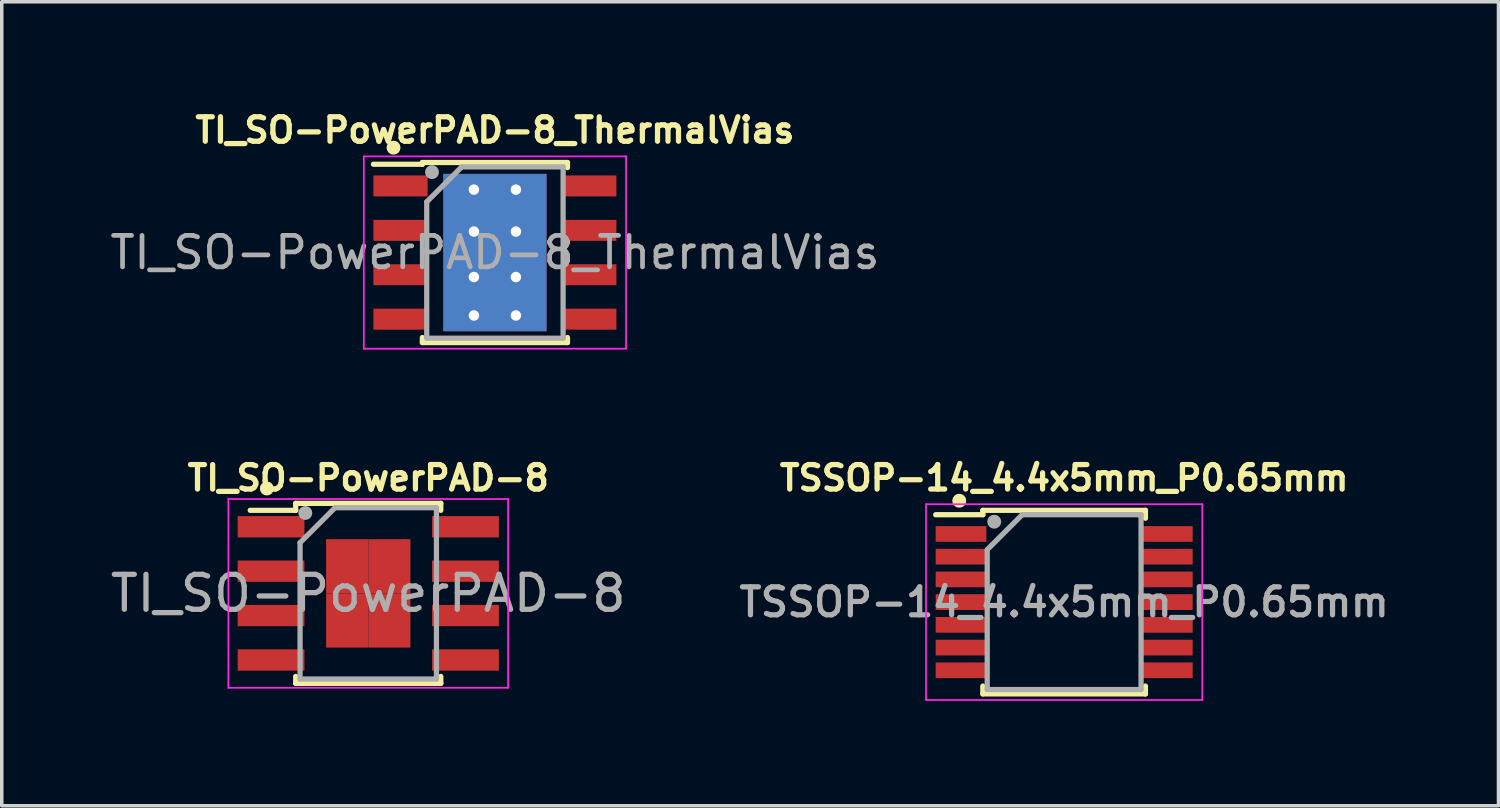
<source format=kicad_pcb>
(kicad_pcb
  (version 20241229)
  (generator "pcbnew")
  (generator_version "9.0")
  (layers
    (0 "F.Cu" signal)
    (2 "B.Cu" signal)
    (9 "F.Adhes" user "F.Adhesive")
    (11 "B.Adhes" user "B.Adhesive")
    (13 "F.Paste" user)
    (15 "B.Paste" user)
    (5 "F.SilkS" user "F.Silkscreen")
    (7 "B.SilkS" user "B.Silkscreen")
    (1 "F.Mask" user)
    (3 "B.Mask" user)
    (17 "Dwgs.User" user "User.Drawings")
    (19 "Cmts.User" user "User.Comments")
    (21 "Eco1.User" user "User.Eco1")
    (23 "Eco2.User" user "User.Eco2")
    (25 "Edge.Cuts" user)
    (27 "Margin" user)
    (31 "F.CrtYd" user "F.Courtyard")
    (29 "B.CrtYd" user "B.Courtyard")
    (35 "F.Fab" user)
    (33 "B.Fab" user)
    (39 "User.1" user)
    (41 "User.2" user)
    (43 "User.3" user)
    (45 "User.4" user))
  (footprint "TI_SO-PowerPAD-8"
    (layer "F.Cu")
    (at 7.482 13.921)
    (property "Reference" "TI_SO-PowerPAD-8" (at 0 -3.3 0) (layer "F.SilkS") (effects (font (size 0.7 0.7) (thickness 0.15))))
    (attr smd)
    (fp_line (start -2.075 -2.575) (end -2.075 -2.375) (stroke (width 0.15) (type solid)) (layer "F.SilkS"))
    (fp_line (start -2.075 -2.575) (end 2.075 -2.575) (stroke (width 0.15) (type solid)) (layer "F.SilkS"))
    (fp_line (start -2.075 -2.375) (end -3.375 -2.375) (stroke (width 0.15) (type solid)) (layer "F.SilkS"))
    (fp_line (start -2.075 2.575) (end -2.075 2.375) (stroke (width 0.15) (type solid)) (layer "F.SilkS"))
    (fp_line (start -2.075 2.575) (end 2.075 2.575) (stroke (width 0.15) (type solid)) (layer "F.SilkS"))
    (fp_line (start 2.075 -2.575) (end 2.075 -2.375) (stroke (width 0.15) (type solid)) (layer "F.SilkS"))
    (fp_line (start 2.075 2.575) (end 2.075 2.375) (stroke (width 0.15) (type solid)) (layer "F.SilkS"))
    (fp_circle (center -2.9 -3) (end -2.8 -3) (stroke (width 0.2) (type solid)) (fill no) (layer "F.SilkS"))
    (fp_line (start -4 -2.7) (end -4 2.7) (stroke (width 0.05) (type solid)) (layer "F.CrtYd"))
    (fp_line (start -4 -2.7) (end 4 -2.7) (stroke (width 0.05) (type solid)) (layer "F.CrtYd"))
    (fp_line (start -4 2.7) (end 4 2.7) (stroke (width 0.05) (type solid)) (layer "F.CrtYd"))
    (fp_line (start 4 -2.7) (end 4 2.7) (stroke (width 0.05) (type solid)) (layer "F.CrtYd"))
    (fp_line (start -1.95 -1.45) (end -0.95 -2.45) (stroke (width 0.15) (type solid)) (layer "F.Fab"))
    (fp_line (start -1.95 2.45) (end -1.95 -1.45) (stroke (width 0.15) (type solid)) (layer "F.Fab"))
    (fp_line (start -0.95 -2.45) (end 1.95 -2.45) (stroke (width 0.15) (type solid)) (layer "F.Fab"))
    (fp_line (start 1.95 -2.45) (end 1.95 2.45) (stroke (width 0.15) (type solid)) (layer "F.Fab"))
    (fp_line (start 1.95 2.45) (end -1.95 2.45) (stroke (width 0.15) (type solid)) (layer "F.Fab"))
    (fp_circle (center -1.8 -2.3) (end -1.7 -2.3) (stroke (width 0.2) (type solid)) (fill no) (layer "F.Fab"))
    (fp_text user "${REFERENCE}" (at 0 0 0) (layer "F.Fab") (effects (font (size 1 1) (thickness 0.15))))
    (pad "1" smd rect (at -2.78 -1.905) (size 1.91 0.61) (layers "F.Cu" "F.Mask" "F.Paste"))
    (pad "2" smd rect (at -2.78 -0.635) (size 1.91 0.61) (layers "F.Cu" "F.Mask" "F.Paste"))
    (pad "3" smd rect (at -2.78 0.635) (size 1.91 0.61) (layers "F.Cu" "F.Mask" "F.Paste"))
    (pad "4" smd rect (at -2.78 1.905) (size 1.91 0.61) (layers "F.Cu" "F.Mask" "F.Paste"))
    (pad "5" smd rect (at 2.78 1.905) (size 1.91 0.61) (layers "F.Cu" "F.Mask" "F.Paste"))
    (pad "6" smd rect (at 2.78 0.635) (size 1.91 0.61) (layers "F.Cu" "F.Mask" "F.Paste"))
    (pad "7" smd rect (at 2.78 -0.635) (size 1.91 0.61) (layers "F.Cu" "F.Mask" "F.Paste"))
    (pad "8" smd rect (at 2.78 -1.905) (size 1.91 0.61) (layers "F.Cu" "F.Mask" "F.Paste"))
    (pad "9" smd rect (at -0.603 -0.775) (size 1.205 1.55) (layers "F.Cu" "F.Mask" "F.Paste"))
    (pad "9" smd rect (at -0.603 0.775) (size 1.205 1.55) (layers "F.Cu" "F.Mask" "F.Paste"))
    (pad "9" smd rect (at 0.603 -0.775) (size 1.205 1.55) (layers "F.Cu" "F.Mask" "F.Paste"))
    (pad "9" smd rect (at 0.603 0.775) (size 1.205 1.55) (layers "F.Cu" "F.Mask" "F.Paste")))
  (footprint "TSSOP-14_4.4x5mm_P0.65mm"
    (layer "F.Cu")
    (at 27.385 14.171)
    (property "Reference" "TSSOP-14_4.4x5mm_P0.65mm" (at 0 -3.55 0) (layer "F.SilkS") (effects (font (size 0.7 0.7) (thickness 0.15))))
    (attr smd)
    (fp_line (start -2.325 -2.625) (end -2.325 -2.5) (stroke (width 0.15) (type solid)) (layer "F.SilkS"))
    (fp_line (start -2.325 -2.625) (end 2.325 -2.625) (stroke (width 0.15) (type solid)) (layer "F.SilkS"))
    (fp_line (start -2.325 -2.5) (end -3.675 -2.5) (stroke (width 0.15) (type solid)) (layer "F.SilkS"))
    (fp_line (start -2.325 2.625) (end -2.325 2.4) (stroke (width 0.15) (type solid)) (layer "F.SilkS"))
    (fp_line (start -2.325 2.625) (end 2.325 2.625) (stroke (width 0.15) (type solid)) (layer "F.SilkS"))
    (fp_line (start 2.325 -2.625) (end 2.325 -2.4) (stroke (width 0.15) (type solid)) (layer "F.SilkS"))
    (fp_line (start 2.325 2.625) (end 2.325 2.4) (stroke (width 0.15) (type solid)) (layer "F.SilkS"))
    (fp_circle (center -3 -2.9) (end -2.9 -2.9) (stroke (width 0.2) (type solid)) (fill no) (layer "F.SilkS"))
    (fp_line (start -3.95 -2.8) (end -3.95 2.8) (stroke (width 0.05) (type solid)) (layer "F.CrtYd"))
    (fp_line (start -3.95 -2.8) (end 3.95 -2.8) (stroke (width 0.05) (type solid)) (layer "F.CrtYd"))
    (fp_line (start -3.95 2.8) (end 3.95 2.8) (stroke (width 0.05) (type solid)) (layer "F.CrtYd"))
    (fp_line (start 3.95 -2.8) (end 3.95 2.8) (stroke (width 0.05) (type solid)) (layer "F.CrtYd"))
    (fp_line (start -2.2 -1.5) (end -1.2 -2.5) (stroke (width 0.15) (type solid)) (layer "F.Fab"))
    (fp_line (start -2.2 2.5) (end -2.2 -1.5) (stroke (width 0.15) (type solid)) (layer "F.Fab"))
    (fp_line (start -1.2 -2.5) (end 2.2 -2.5) (stroke (width 0.15) (type solid)) (layer "F.Fab"))
    (fp_line (start 2.2 -2.5) (end 2.2 2.5) (stroke (width 0.15) (type solid)) (layer "F.Fab"))
    (fp_line (start 2.2 2.5) (end -2.2 2.5) (stroke (width 0.15) (type solid)) (layer "F.Fab"))
    (fp_circle (center -2 -2.3) (end -1.9 -2.3) (stroke (width 0.2) (type solid)) (fill no) (layer "F.Fab"))
    (fp_text user "${REFERENCE}" (at 0 0 0) (layer "F.Fab") (effects (font (size 0.8 0.8) (thickness 0.15))))
    (pad "1" smd rect (at -2.95 -1.95) (size 1.45 0.45) (layers "F.Cu" "F.Mask" "F.Paste"))
    (pad "2" smd rect (at -2.95 -1.3) (size 1.45 0.45) (layers "F.Cu" "F.Mask" "F.Paste"))
    (pad "3" smd rect (at -2.95 -0.65) (size 1.45 0.45) (layers "F.Cu" "F.Mask" "F.Paste"))
    (pad "4" smd rect (at -2.95 0) (size 1.45 0.45) (layers "F.Cu" "F.Mask" "F.Paste"))
    (pad "5" smd rect (at -2.95 0.65) (size 1.45 0.45) (layers "F.Cu" "F.Mask" "F.Paste"))
    (pad "6" smd rect (at -2.95 1.3) (size 1.45 0.45) (layers "F.Cu" "F.Mask" "F.Paste"))
    (pad "7" smd rect (at -2.95 1.95) (size 1.45 0.45) (layers "F.Cu" "F.Mask" "F.Paste"))
    (pad "8" smd rect (at 2.95 1.95) (size 1.45 0.45) (layers "F.Cu" "F.Mask" "F.Paste"))
    (pad "9" smd rect (at 2.95 1.3) (size 1.45 0.45) (layers "F.Cu" "F.Mask" "F.Paste"))
    (pad "10" smd rect (at 2.95 0.65) (size 1.45 0.45) (layers "F.Cu" "F.Mask" "F.Paste"))
    (pad "11" smd rect (at 2.95 0) (size 1.45 0.45) (layers "F.Cu" "F.Mask" "F.Paste"))
    (pad "12" smd rect (at 2.95 -0.65) (size 1.45 0.45) (layers "F.Cu" "F.Mask" "F.Paste"))
    (pad "13" smd rect (at 2.95 -1.3) (size 1.45 0.45) (layers "F.Cu" "F.Mask" "F.Paste"))
    (pad "14" smd rect (at 2.95 -1.95) (size 1.45 0.45) (layers "F.Cu" "F.Mask" "F.Paste")))
  (footprint "TI_SO-PowerPAD-8_ThermalVias"
    (layer "F.Cu")
    (at 11.105 4.173)
    (property "Reference" "TI_SO-PowerPAD-8_ThermalVias" (at 0 -3.5 0) (layer "F.SilkS") (effects (font (size 0.7 0.7) (thickness 0.15))))
    (attr smd)
    (fp_line (start -2.075 -2.575) (end -2.075 -2.525) (stroke (width 0.15) (type solid)) (layer "F.SilkS"))
    (fp_line (start -2.075 -2.575) (end 2.075 -2.575) (stroke (width 0.15) (type solid)) (layer "F.SilkS"))
    (fp_line (start -2.075 -2.525) (end -3.475 -2.525) (stroke (width 0.15) (type solid)) (layer "F.SilkS"))
    (fp_line (start -2.075 2.575) (end -2.075 2.43) (stroke (width 0.15) (type solid)) (layer "F.SilkS"))
    (fp_line (start -2.075 2.575) (end 2.075 2.575) (stroke (width 0.15) (type solid)) (layer "F.SilkS"))
    (fp_line (start 2.075 -2.575) (end 2.075 -2.43) (stroke (width 0.15) (type solid)) (layer "F.SilkS"))
    (fp_line (start 2.075 2.575) (end 2.075 2.43) (stroke (width 0.15) (type solid)) (layer "F.SilkS"))
    (fp_circle (center -2.9 -3) (end -2.8 -3) (stroke (width 0.2) (type solid)) (fill no) (layer "F.SilkS"))
    (fp_line (start -3.75 -2.75) (end -3.75 2.75) (stroke (width 0.05) (type solid)) (layer "F.CrtYd"))
    (fp_line (start -3.75 -2.75) (end 3.75 -2.75) (stroke (width 0.05) (type solid)) (layer "F.CrtYd"))
    (fp_line (start -3.75 2.75) (end 3.75 2.75) (stroke (width 0.05) (type solid)) (layer "F.CrtYd"))
    (fp_line (start 3.75 -2.75) (end 3.75 2.75) (stroke (width 0.05) (type solid)) (layer "F.CrtYd"))
    (fp_line (start -1.95 -1.45) (end -0.95 -2.45) (stroke (width 0.15) (type solid)) (layer "F.Fab"))
    (fp_line (start -1.95 2.45) (end -1.95 -1.45) (stroke (width 0.15) (type solid)) (layer "F.Fab"))
    (fp_line (start -0.95 -2.45) (end 1.95 -2.45) (stroke (width 0.15) (type solid)) (layer "F.Fab"))
    (fp_line (start 1.95 -2.45) (end 1.95 2.45) (stroke (width 0.15) (type solid)) (layer "F.Fab"))
    (fp_line (start 1.95 2.45) (end -1.95 2.45) (stroke (width 0.15) (type solid)) (layer "F.Fab"))
    (fp_circle (center -1.8 -2.3) (end -1.7 -2.3) (stroke (width 0.2) (type solid)) (fill no) (layer "F.Fab"))
    (fp_text user "${REFERENCE}" (at 0 0 0) (layer "F.Fab") (effects (font (size 0.9 0.9) (thickness 0.135))))
    (pad "1" smd rect (at -2.7 -1.905) (size 1.55 0.6) (layers "F.Cu" "F.Mask" "F.Paste"))
    (pad "2" smd rect (at -2.7 -0.635) (size 1.55 0.6) (layers "F.Cu" "F.Mask" "F.Paste"))
    (pad "3" smd rect (at -2.7 0.635) (size 1.55 0.6) (layers "F.Cu" "F.Mask" "F.Paste"))
    (pad "4" smd rect (at -2.7 1.905) (size 1.55 0.6) (layers "F.Cu" "F.Mask" "F.Paste"))
    (pad "5" smd rect (at 2.7 1.905) (size 1.55 0.6) (layers "F.Cu" "F.Mask" "F.Paste"))
    (pad "6" smd rect (at 2.7 0.635) (size 1.55 0.6) (layers "F.Cu" "F.Mask" "F.Paste"))
    (pad "7" smd rect (at 2.7 -0.635) (size 1.55 0.6) (layers "F.Cu" "F.Mask" "F.Paste"))
    (pad "8" smd rect (at 2.7 -1.905) (size 1.55 0.6) (layers "F.Cu" "F.Mask" "F.Paste"))
    (pad "9" thru_hole circle (at -0.6 -1.8) (size 0.6 0.6) (drill 0.3) (layers "*.Cu"))
    (pad "9" thru_hole circle (at -0.6 -0.6) (size 0.6 0.6) (drill 0.3) (layers "*.Cu"))
    (pad "9" thru_hole circle (at -0.6 0.7) (size 0.6 0.6) (drill 0.3) (layers "*.Cu"))
    (pad "9" thru_hole circle (at -0.6 1.8) (size 0.6 0.6) (drill 0.3) (layers "*.Cu"))
    (pad "9" smd rect (at 0 0) (size 2.6 3.1) (layers "F.Cu" "F.Mask" "F.Paste"))
    (pad "9" smd rect (at 0 0) (size 2.95 4.5) (layers "F.Cu"))
    (pad "9" smd rect (at 0 0) (size 2.95 4.5) (layers "B.Cu"))
    (pad "9" thru_hole circle (at 0.6 -1.8) (size 0.6 0.6) (drill 0.3) (layers "*.Cu"))
    (pad "9" thru_hole circle (at 0.6 -0.6) (size 0.6 0.6) (drill 0.3) (layers "*.Cu"))
    (pad "9" thru_hole circle (at 0.6 0.7) (size 0.6 0.6) (drill 0.3) (layers "*.Cu"))
    (pad "9" thru_hole circle (at 0.6 1.8) (size 0.6 0.6) (drill 0.3) (layers "*.Cu")))
  (gr_rect
    (start -3 -3)
    (end 39.807 19.995)
    (stroke (width 0.1) (type default))
    (fill no)
    (layer "Edge.Cuts")))
</source>
